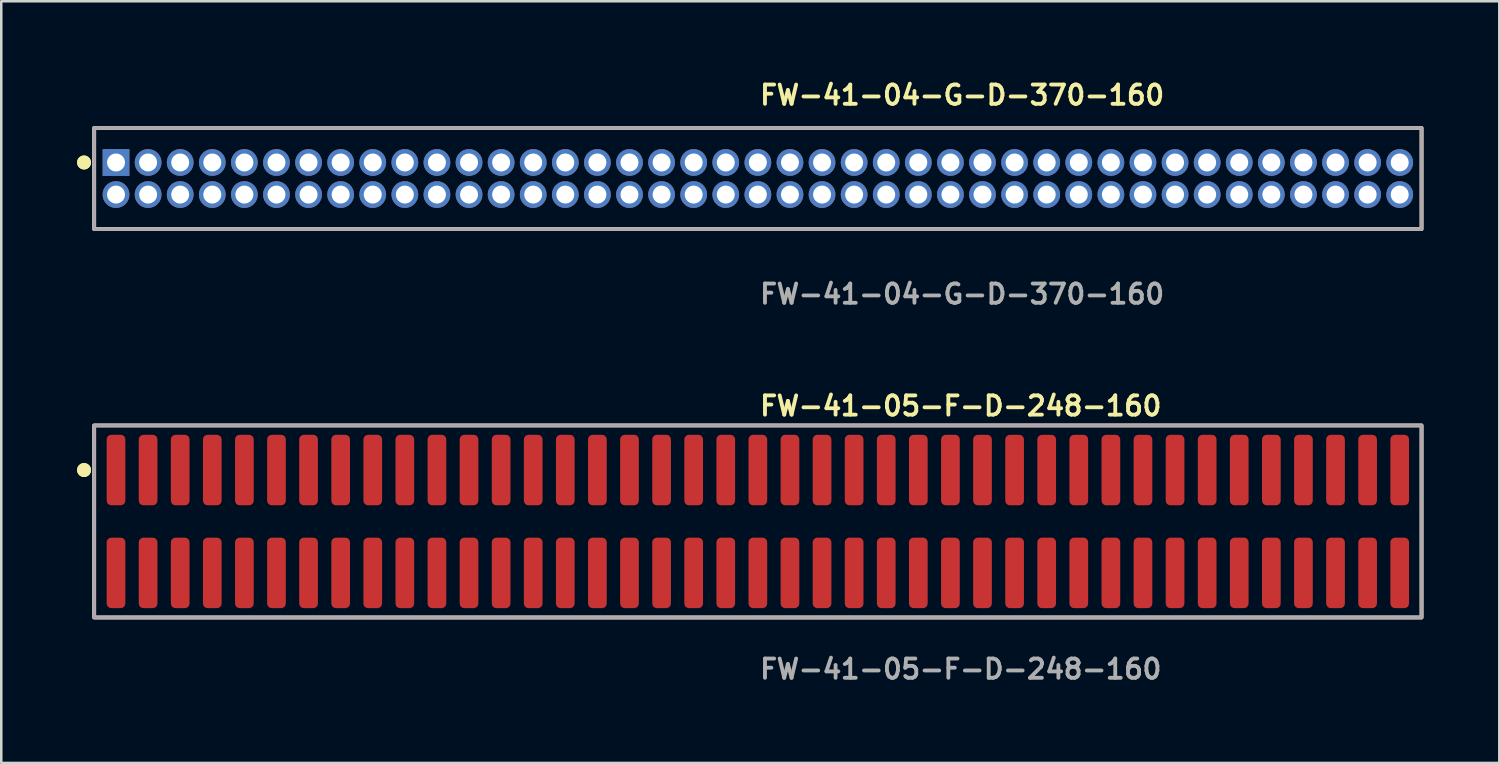
<source format=kicad_pcb>
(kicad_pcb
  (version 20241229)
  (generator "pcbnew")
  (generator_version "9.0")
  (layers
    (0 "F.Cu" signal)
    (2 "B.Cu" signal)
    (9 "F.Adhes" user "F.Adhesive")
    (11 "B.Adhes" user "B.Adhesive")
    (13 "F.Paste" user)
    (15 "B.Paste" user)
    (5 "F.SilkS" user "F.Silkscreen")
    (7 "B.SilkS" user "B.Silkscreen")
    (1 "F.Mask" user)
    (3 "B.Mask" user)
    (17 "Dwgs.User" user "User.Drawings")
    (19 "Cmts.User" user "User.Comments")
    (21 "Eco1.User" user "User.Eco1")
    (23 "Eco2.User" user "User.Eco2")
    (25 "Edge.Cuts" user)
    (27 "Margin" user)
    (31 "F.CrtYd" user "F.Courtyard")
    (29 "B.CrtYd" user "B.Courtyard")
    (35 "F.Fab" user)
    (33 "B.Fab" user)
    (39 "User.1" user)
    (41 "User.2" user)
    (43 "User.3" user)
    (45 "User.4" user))
  (footprint "FW-41-05-F-D-248-160"
    (layer "F.Cu")
    (at 26.941 17.586)
    (property "Reference" "FW-41-05-F-D-248-160" (at 0 -4.572 0) (unlocked yes) (layer "F.SilkS") (effects (font (size 0.762 0.762) (thickness 0.152)) (justify left)))
    (fp_rect (start -26.265 3.8) (end 26.265 -3.8) (stroke (width 0.152) (type solid)) (fill no) (layer "F.SilkS"))
    (fp_circle (center -26.665 -2.035) (end -26.865 -2.035) (stroke (width 0.152) (type solid)) (fill yes) (layer "F.SilkS"))
    (fp_circle (center -26.665 -2.035) (end -26.865 -2.035) (stroke (width 0.152) (type solid)) (fill yes) (layer "F.SilkS"))
    (fp_rect (start -26.265 3.8) (end 26.265 -3.8) (stroke (width 0.006) (type solid)) (fill no) (layer "F.CrtYd"))
    (fp_rect (start -26.265 3.8) (end 26.265 -3.8) (stroke (width 0.152) (type solid)) (fill no) (layer "F.Fab"))
    (fp_text user "${REFERENCE}" (at 0 5.842 0) (unlocked yes) (layer "F.Fab") (effects (font (size 0.762 0.762) (thickness 0.152)) (justify left)))
    (pad "1" smd roundrect (at -25.4 -2.035) (size 0.74 2.79) (layers "F.Cu" "F.Paste") (roundrect_rratio 0.25))
    (pad "2" smd roundrect (at -25.4 2.035) (size 0.74 2.79) (layers "F.Cu" "F.Paste") (roundrect_rratio 0.25))
    (pad "3" smd roundrect (at -24.13 -2.035) (size 0.74 2.79) (layers "F.Cu" "F.Paste") (roundrect_rratio 0.25))
    (pad "4" smd roundrect (at -24.13 2.035) (size 0.74 2.79) (layers "F.Cu" "F.Paste") (roundrect_rratio 0.25))
    (pad "5" smd roundrect (at -22.86 -2.035) (size 0.74 2.79) (layers "F.Cu" "F.Paste") (roundrect_rratio 0.25))
    (pad "6" smd roundrect (at -22.86 2.035) (size 0.74 2.79) (layers "F.Cu" "F.Paste") (roundrect_rratio 0.25))
    (pad "7" smd roundrect (at -21.59 -2.035) (size 0.74 2.79) (layers "F.Cu" "F.Paste") (roundrect_rratio 0.25))
    (pad "8" smd roundrect (at -21.59 2.035) (size 0.74 2.79) (layers "F.Cu" "F.Paste") (roundrect_rratio 0.25))
    (pad "9" smd roundrect (at -20.32 -2.035) (size 0.74 2.79) (layers "F.Cu" "F.Paste") (roundrect_rratio 0.25))
    (pad "10" smd roundrect (at -20.32 2.035) (size 0.74 2.79) (layers "F.Cu" "F.Paste") (roundrect_rratio 0.25))
    (pad "11" smd roundrect (at -19.05 -2.035) (size 0.74 2.79) (layers "F.Cu" "F.Paste") (roundrect_rratio 0.25))
    (pad "12" smd roundrect (at -19.05 2.035) (size 0.74 2.79) (layers "F.Cu" "F.Paste") (roundrect_rratio 0.25))
    (pad "13" smd roundrect (at -17.78 -2.035) (size 0.74 2.79) (layers "F.Cu" "F.Paste") (roundrect_rratio 0.25))
    (pad "14" smd roundrect (at -17.78 2.035) (size 0.74 2.79) (layers "F.Cu" "F.Paste") (roundrect_rratio 0.25))
    (pad "15" smd roundrect (at -16.51 -2.035) (size 0.74 2.79) (layers "F.Cu" "F.Paste") (roundrect_rratio 0.25))
    (pad "16" smd roundrect (at -16.51 2.035) (size 0.74 2.79) (layers "F.Cu" "F.Paste") (roundrect_rratio 0.25))
    (pad "17" smd roundrect (at -15.24 -2.035) (size 0.74 2.79) (layers "F.Cu" "F.Paste") (roundrect_rratio 0.25))
    (pad "18" smd roundrect (at -15.24 2.035) (size 0.74 2.79) (layers "F.Cu" "F.Paste") (roundrect_rratio 0.25))
    (pad "19" smd roundrect (at -13.97 -2.035) (size 0.74 2.79) (layers "F.Cu" "F.Paste") (roundrect_rratio 0.25))
    (pad "20" smd roundrect (at -13.97 2.035) (size 0.74 2.79) (layers "F.Cu" "F.Paste") (roundrect_rratio 0.25))
    (pad "21" smd roundrect (at -12.7 -2.035) (size 0.74 2.79) (layers "F.Cu" "F.Paste") (roundrect_rratio 0.25))
    (pad "22" smd roundrect (at -12.7 2.035) (size 0.74 2.79) (layers "F.Cu" "F.Paste") (roundrect_rratio 0.25))
    (pad "23" smd roundrect (at -11.43 -2.035) (size 0.74 2.79) (layers "F.Cu" "F.Paste") (roundrect_rratio 0.25))
    (pad "24" smd roundrect (at -11.43 2.035) (size 0.74 2.79) (layers "F.Cu" "F.Paste") (roundrect_rratio 0.25))
    (pad "25" smd roundrect (at -10.16 -2.035) (size 0.74 2.79) (layers "F.Cu" "F.Paste") (roundrect_rratio 0.25))
    (pad "26" smd roundrect (at -10.16 2.035) (size 0.74 2.79) (layers "F.Cu" "F.Paste") (roundrect_rratio 0.25))
    (pad "27" smd roundrect (at -8.89 -2.035) (size 0.74 2.79) (layers "F.Cu" "F.Paste") (roundrect_rratio 0.25))
    (pad "28" smd roundrect (at -8.89 2.035) (size 0.74 2.79) (layers "F.Cu" "F.Paste") (roundrect_rratio 0.25))
    (pad "29" smd roundrect (at -7.62 -2.035) (size 0.74 2.79) (layers "F.Cu" "F.Paste") (roundrect_rratio 0.25))
    (pad "30" smd roundrect (at -7.62 2.035) (size 0.74 2.79) (layers "F.Cu" "F.Paste") (roundrect_rratio 0.25))
    (pad "31" smd roundrect (at -6.35 -2.035) (size 0.74 2.79) (layers "F.Cu" "F.Paste") (roundrect_rratio 0.25))
    (pad "32" smd roundrect (at -6.35 2.035) (size 0.74 2.79) (layers "F.Cu" "F.Paste") (roundrect_rratio 0.25))
    (pad "33" smd roundrect (at -5.08 -2.035) (size 0.74 2.79) (layers "F.Cu" "F.Paste") (roundrect_rratio 0.25))
    (pad "34" smd roundrect (at -5.08 2.035) (size 0.74 2.79) (layers "F.Cu" "F.Paste") (roundrect_rratio 0.25))
    (pad "35" smd roundrect (at -3.81 -2.035) (size 0.74 2.79) (layers "F.Cu" "F.Paste") (roundrect_rratio 0.25))
    (pad "36" smd roundrect (at -3.81 2.035) (size 0.74 2.79) (layers "F.Cu" "F.Paste") (roundrect_rratio 0.25))
    (pad "37" smd roundrect (at -2.54 -2.035) (size 0.74 2.79) (layers "F.Cu" "F.Paste") (roundrect_rratio 0.25))
    (pad "38" smd roundrect (at -2.54 2.035) (size 0.74 2.79) (layers "F.Cu" "F.Paste") (roundrect_rratio 0.25))
    (pad "39" smd roundrect (at -1.27 -2.035) (size 0.74 2.79) (layers "F.Cu" "F.Paste") (roundrect_rratio 0.25))
    (pad "40" smd roundrect (at -1.27 2.035) (size 0.74 2.79) (layers "F.Cu" "F.Paste") (roundrect_rratio 0.25))
    (pad "41" smd roundrect (at 0 -2.035) (size 0.74 2.79) (layers "F.Cu" "F.Paste") (roundrect_rratio 0.25))
    (pad "42" smd roundrect (at 0 2.035) (size 0.74 2.79) (layers "F.Cu" "F.Paste") (roundrect_rratio 0.25))
    (pad "43" smd roundrect (at 1.27 -2.035) (size 0.74 2.79) (layers "F.Cu" "F.Paste") (roundrect_rratio 0.25))
    (pad "44" smd roundrect (at 1.27 2.035) (size 0.74 2.79) (layers "F.Cu" "F.Paste") (roundrect_rratio 0.25))
    (pad "45" smd roundrect (at 2.54 -2.035) (size 0.74 2.79) (layers "F.Cu" "F.Paste") (roundrect_rratio 0.25))
    (pad "46" smd roundrect (at 2.54 2.035) (size 0.74 2.79) (layers "F.Cu" "F.Paste") (roundrect_rratio 0.25))
    (pad "47" smd roundrect (at 3.81 -2.035) (size 0.74 2.79) (layers "F.Cu" "F.Paste") (roundrect_rratio 0.25))
    (pad "48" smd roundrect (at 3.81 2.035) (size 0.74 2.79) (layers "F.Cu" "F.Paste") (roundrect_rratio 0.25))
    (pad "49" smd roundrect (at 5.08 -2.035) (size 0.74 2.79) (layers "F.Cu" "F.Paste") (roundrect_rratio 0.25))
    (pad "50" smd roundrect (at 5.08 2.035) (size 0.74 2.79) (layers "F.Cu" "F.Paste") (roundrect_rratio 0.25))
    (pad "51" smd roundrect (at 6.35 -2.035) (size 0.74 2.79) (layers "F.Cu" "F.Paste") (roundrect_rratio 0.25))
    (pad "52" smd roundrect (at 6.35 2.035) (size 0.74 2.79) (layers "F.Cu" "F.Paste") (roundrect_rratio 0.25))
    (pad "53" smd roundrect (at 7.62 -2.035) (size 0.74 2.79) (layers "F.Cu" "F.Paste") (roundrect_rratio 0.25))
    (pad "54" smd roundrect (at 7.62 2.035) (size 0.74 2.79) (layers "F.Cu" "F.Paste") (roundrect_rratio 0.25))
    (pad "55" smd roundrect (at 8.89 -2.035) (size 0.74 2.79) (layers "F.Cu" "F.Paste") (roundrect_rratio 0.25))
    (pad "56" smd roundrect (at 8.89 2.035) (size 0.74 2.79) (layers "F.Cu" "F.Paste") (roundrect_rratio 0.25))
    (pad "57" smd roundrect (at 10.16 -2.035) (size 0.74 2.79) (layers "F.Cu" "F.Paste") (roundrect_rratio 0.25))
    (pad "58" smd roundrect (at 10.16 2.035) (size 0.74 2.79) (layers "F.Cu" "F.Paste") (roundrect_rratio 0.25))
    (pad "59" smd roundrect (at 11.43 -2.035) (size 0.74 2.79) (layers "F.Cu" "F.Paste") (roundrect_rratio 0.25))
    (pad "60" smd roundrect (at 11.43 2.035) (size 0.74 2.79) (layers "F.Cu" "F.Paste") (roundrect_rratio 0.25))
    (pad "61" smd roundrect (at 12.7 -2.035) (size 0.74 2.79) (layers "F.Cu" "F.Paste") (roundrect_rratio 0.25))
    (pad "62" smd roundrect (at 12.7 2.035) (size 0.74 2.79) (layers "F.Cu" "F.Paste") (roundrect_rratio 0.25))
    (pad "63" smd roundrect (at 13.97 -2.035) (size 0.74 2.79) (layers "F.Cu" "F.Paste") (roundrect_rratio 0.25))
    (pad "64" smd roundrect (at 13.97 2.035) (size 0.74 2.79) (layers "F.Cu" "F.Paste") (roundrect_rratio 0.25))
    (pad "65" smd roundrect (at 15.24 -2.035) (size 0.74 2.79) (layers "F.Cu" "F.Paste") (roundrect_rratio 0.25))
    (pad "66" smd roundrect (at 15.24 2.035) (size 0.74 2.79) (layers "F.Cu" "F.Paste") (roundrect_rratio 0.25))
    (pad "67" smd roundrect (at 16.51 -2.035) (size 0.74 2.79) (layers "F.Cu" "F.Paste") (roundrect_rratio 0.25))
    (pad "68" smd roundrect (at 16.51 2.035) (size 0.74 2.79) (layers "F.Cu" "F.Paste") (roundrect_rratio 0.25))
    (pad "69" smd roundrect (at 17.78 -2.035) (size 0.74 2.79) (layers "F.Cu" "F.Paste") (roundrect_rratio 0.25))
    (pad "70" smd roundrect (at 17.78 2.035) (size 0.74 2.79) (layers "F.Cu" "F.Paste") (roundrect_rratio 0.25))
    (pad "71" smd roundrect (at 19.05 -2.035) (size 0.74 2.79) (layers "F.Cu" "F.Paste") (roundrect_rratio 0.25))
    (pad "72" smd roundrect (at 19.05 2.035) (size 0.74 2.79) (layers "F.Cu" "F.Paste") (roundrect_rratio 0.25))
    (pad "73" smd roundrect (at 20.32 -2.035) (size 0.74 2.79) (layers "F.Cu" "F.Paste") (roundrect_rratio 0.25))
    (pad "74" smd roundrect (at 20.32 2.035) (size 0.74 2.79) (layers "F.Cu" "F.Paste") (roundrect_rratio 0.25))
    (pad "75" smd roundrect (at 21.59 -2.035) (size 0.74 2.79) (layers "F.Cu" "F.Paste") (roundrect_rratio 0.25))
    (pad "76" smd roundrect (at 21.59 2.035) (size 0.74 2.79) (layers "F.Cu" "F.Paste") (roundrect_rratio 0.25))
    (pad "77" smd roundrect (at 22.86 -2.035) (size 0.74 2.79) (layers "F.Cu" "F.Paste") (roundrect_rratio 0.25))
    (pad "78" smd roundrect (at 22.86 2.035) (size 0.74 2.79) (layers "F.Cu" "F.Paste") (roundrect_rratio 0.25))
    (pad "79" smd roundrect (at 24.13 -2.035) (size 0.74 2.79) (layers "F.Cu" "F.Paste") (roundrect_rratio 0.25))
    (pad "80" smd roundrect (at 24.13 2.035) (size 0.74 2.79) (layers "F.Cu" "F.Paste") (roundrect_rratio 0.25))
    (pad "81" smd roundrect (at 25.4 -2.035) (size 0.74 2.79) (layers "F.Cu" "F.Paste") (roundrect_rratio 0.25))
    (pad "82" smd roundrect (at 25.4 2.035) (size 0.74 2.79) (layers "F.Cu" "F.Paste") (roundrect_rratio 0.25)))
  (footprint "FW-41-04-G-D-370-160"
    (layer "F.Cu")
    (at 26.941 4.015)
    (property "Reference" "FW-41-04-G-D-370-160" (at 0 -3.302 0) (unlocked yes) (layer "F.SilkS") (effects (font (size 0.762 0.762) (thickness 0.152)) (justify left)))
    (fp_rect (start -26.265 2) (end 26.265 -2) (stroke (width 0.152) (type solid)) (fill no) (layer "F.SilkS"))
    (fp_circle (center -26.665 -0.635) (end -26.865 -0.635) (stroke (width 0.152) (type solid)) (fill yes) (layer "F.SilkS"))
    (fp_circle (center -26.665 -0.635) (end -26.865 -0.635) (stroke (width 0.152) (type solid)) (fill yes) (layer "F.SilkS"))
    (fp_rect (start -26.265 2) (end 26.265 -2) (stroke (width 0.006) (type solid)) (fill no) (layer "F.CrtYd"))
    (fp_rect (start -26.265 2) (end 26.265 -2) (stroke (width 0.152) (type solid)) (fill no) (layer "F.Fab"))
    (fp_text user "${REFERENCE}" (at 0 4.572 0) (unlocked yes) (layer "F.Fab") (effects (font (size 0.762 0.762) (thickness 0.152)) (justify left)))
    (pad "1" thru_hole rect (at -25.4 -0.635) (size 1.06 1.06) (drill 0.71) (layers "*.Cu" "*.Mask"))
    (pad "2" thru_hole circle (at -25.4 0.635) (size 1.06 1.06) (drill 0.71) (layers "*.Cu" "*.Mask"))
    (pad "3" thru_hole circle (at -24.13 -0.635) (size 1.06 1.06) (drill 0.71) (layers "*.Cu" "*.Mask"))
    (pad "4" thru_hole circle (at -24.13 0.635) (size 1.06 1.06) (drill 0.71) (layers "*.Cu" "*.Mask"))
    (pad "5" thru_hole circle (at -22.86 -0.635) (size 1.06 1.06) (drill 0.71) (layers "*.Cu" "*.Mask"))
    (pad "6" thru_hole circle (at -22.86 0.635) (size 1.06 1.06) (drill 0.71) (layers "*.Cu" "*.Mask"))
    (pad "7" thru_hole circle (at -21.59 -0.635) (size 1.06 1.06) (drill 0.71) (layers "*.Cu" "*.Mask"))
    (pad "8" thru_hole circle (at -21.59 0.635) (size 1.06 1.06) (drill 0.71) (layers "*.Cu" "*.Mask"))
    (pad "9" thru_hole circle (at -20.32 -0.635) (size 1.06 1.06) (drill 0.71) (layers "*.Cu" "*.Mask"))
    (pad "10" thru_hole circle (at -20.32 0.635) (size 1.06 1.06) (drill 0.71) (layers "*.Cu" "*.Mask"))
    (pad "11" thru_hole circle (at -19.05 -0.635) (size 1.06 1.06) (drill 0.71) (layers "*.Cu" "*.Mask"))
    (pad "12" thru_hole circle (at -19.05 0.635) (size 1.06 1.06) (drill 0.71) (layers "*.Cu" "*.Mask"))
    (pad "13" thru_hole circle (at -17.78 -0.635) (size 1.06 1.06) (drill 0.71) (layers "*.Cu" "*.Mask"))
    (pad "14" thru_hole circle (at -17.78 0.635) (size 1.06 1.06) (drill 0.71) (layers "*.Cu" "*.Mask"))
    (pad "15" thru_hole circle (at -16.51 -0.635) (size 1.06 1.06) (drill 0.71) (layers "*.Cu" "*.Mask"))
    (pad "16" thru_hole circle (at -16.51 0.635) (size 1.06 1.06) (drill 0.71) (layers "*.Cu" "*.Mask"))
    (pad "17" thru_hole circle (at -15.24 -0.635) (size 1.06 1.06) (drill 0.71) (layers "*.Cu" "*.Mask"))
    (pad "18" thru_hole circle (at -15.24 0.635) (size 1.06 1.06) (drill 0.71) (layers "*.Cu" "*.Mask"))
    (pad "19" thru_hole circle (at -13.97 -0.635) (size 1.06 1.06) (drill 0.71) (layers "*.Cu" "*.Mask"))
    (pad "20" thru_hole circle (at -13.97 0.635) (size 1.06 1.06) (drill 0.71) (layers "*.Cu" "*.Mask"))
    (pad "21" thru_hole circle (at -12.7 -0.635) (size 1.06 1.06) (drill 0.71) (layers "*.Cu" "*.Mask"))
    (pad "22" thru_hole circle (at -12.7 0.635) (size 1.06 1.06) (drill 0.71) (layers "*.Cu" "*.Mask"))
    (pad "23" thru_hole circle (at -11.43 -0.635) (size 1.06 1.06) (drill 0.71) (layers "*.Cu" "*.Mask"))
    (pad "24" thru_hole circle (at -11.43 0.635) (size 1.06 1.06) (drill 0.71) (layers "*.Cu" "*.Mask"))
    (pad "25" thru_hole circle (at -10.16 -0.635) (size 1.06 1.06) (drill 0.71) (layers "*.Cu" "*.Mask"))
    (pad "26" thru_hole circle (at -10.16 0.635) (size 1.06 1.06) (drill 0.71) (layers "*.Cu" "*.Mask"))
    (pad "27" thru_hole circle (at -8.89 -0.635) (size 1.06 1.06) (drill 0.71) (layers "*.Cu" "*.Mask"))
    (pad "28" thru_hole circle (at -8.89 0.635) (size 1.06 1.06) (drill 0.71) (layers "*.Cu" "*.Mask"))
    (pad "29" thru_hole circle (at -7.62 -0.635) (size 1.06 1.06) (drill 0.71) (layers "*.Cu" "*.Mask"))
    (pad "30" thru_hole circle (at -7.62 0.635) (size 1.06 1.06) (drill 0.71) (layers "*.Cu" "*.Mask"))
    (pad "31" thru_hole circle (at -6.35 -0.635) (size 1.06 1.06) (drill 0.71) (layers "*.Cu" "*.Mask"))
    (pad "32" thru_hole circle (at -6.35 0.635) (size 1.06 1.06) (drill 0.71) (layers "*.Cu" "*.Mask"))
    (pad "33" thru_hole circle (at -5.08 -0.635) (size 1.06 1.06) (drill 0.71) (layers "*.Cu" "*.Mask"))
    (pad "34" thru_hole circle (at -5.08 0.635) (size 1.06 1.06) (drill 0.71) (layers "*.Cu" "*.Mask"))
    (pad "35" thru_hole circle (at -3.81 -0.635) (size 1.06 1.06) (drill 0.71) (layers "*.Cu" "*.Mask"))
    (pad "36" thru_hole circle (at -3.81 0.635) (size 1.06 1.06) (drill 0.71) (layers "*.Cu" "*.Mask"))
    (pad "37" thru_hole circle (at -2.54 -0.635) (size 1.06 1.06) (drill 0.71) (layers "*.Cu" "*.Mask"))
    (pad "38" thru_hole circle (at -2.54 0.635) (size 1.06 1.06) (drill 0.71) (layers "*.Cu" "*.Mask"))
    (pad "39" thru_hole circle (at -1.27 -0.635) (size 1.06 1.06) (drill 0.71) (layers "*.Cu" "*.Mask"))
    (pad "40" thru_hole circle (at -1.27 0.635) (size 1.06 1.06) (drill 0.71) (layers "*.Cu" "*.Mask"))
    (pad "41" thru_hole circle (at 0 -0.635) (size 1.06 1.06) (drill 0.71) (layers "*.Cu" "*.Mask"))
    (pad "42" thru_hole circle (at 0 0.635) (size 1.06 1.06) (drill 0.71) (layers "*.Cu" "*.Mask"))
    (pad "43" thru_hole circle (at 1.27 -0.635) (size 1.06 1.06) (drill 0.71) (layers "*.Cu" "*.Mask"))
    (pad "44" thru_hole circle (at 1.27 0.635) (size 1.06 1.06) (drill 0.71) (layers "*.Cu" "*.Mask"))
    (pad "45" thru_hole circle (at 2.54 -0.635) (size 1.06 1.06) (drill 0.71) (layers "*.Cu" "*.Mask"))
    (pad "46" thru_hole circle (at 2.54 0.635) (size 1.06 1.06) (drill 0.71) (layers "*.Cu" "*.Mask"))
    (pad "47" thru_hole circle (at 3.81 -0.635) (size 1.06 1.06) (drill 0.71) (layers "*.Cu" "*.Mask"))
    (pad "48" thru_hole circle (at 3.81 0.635) (size 1.06 1.06) (drill 0.71) (layers "*.Cu" "*.Mask"))
    (pad "49" thru_hole circle (at 5.08 -0.635) (size 1.06 1.06) (drill 0.71) (layers "*.Cu" "*.Mask"))
    (pad "50" thru_hole circle (at 5.08 0.635) (size 1.06 1.06) (drill 0.71) (layers "*.Cu" "*.Mask"))
    (pad "51" thru_hole circle (at 6.35 -0.635) (size 1.06 1.06) (drill 0.71) (layers "*.Cu" "*.Mask"))
    (pad "52" thru_hole circle (at 6.35 0.635) (size 1.06 1.06) (drill 0.71) (layers "*.Cu" "*.Mask"))
    (pad "53" thru_hole circle (at 7.62 -0.635) (size 1.06 1.06) (drill 0.71) (layers "*.Cu" "*.Mask"))
    (pad "54" thru_hole circle (at 7.62 0.635) (size 1.06 1.06) (drill 0.71) (layers "*.Cu" "*.Mask"))
    (pad "55" thru_hole circle (at 8.89 -0.635) (size 1.06 1.06) (drill 0.71) (layers "*.Cu" "*.Mask"))
    (pad "56" thru_hole circle (at 8.89 0.635) (size 1.06 1.06) (drill 0.71) (layers "*.Cu" "*.Mask"))
    (pad "57" thru_hole circle (at 10.16 -0.635) (size 1.06 1.06) (drill 0.71) (layers "*.Cu" "*.Mask"))
    (pad "58" thru_hole circle (at 10.16 0.635) (size 1.06 1.06) (drill 0.71) (layers "*.Cu" "*.Mask"))
    (pad "59" thru_hole circle (at 11.43 -0.635) (size 1.06 1.06) (drill 0.71) (layers "*.Cu" "*.Mask"))
    (pad "60" thru_hole circle (at 11.43 0.635) (size 1.06 1.06) (drill 0.71) (layers "*.Cu" "*.Mask"))
    (pad "61" thru_hole circle (at 12.7 -0.635) (size 1.06 1.06) (drill 0.71) (layers "*.Cu" "*.Mask"))
    (pad "62" thru_hole circle (at 12.7 0.635) (size 1.06 1.06) (drill 0.71) (layers "*.Cu" "*.Mask"))
    (pad "63" thru_hole circle (at 13.97 -0.635) (size 1.06 1.06) (drill 0.71) (layers "*.Cu" "*.Mask"))
    (pad "64" thru_hole circle (at 13.97 0.635) (size 1.06 1.06) (drill 0.71) (layers "*.Cu" "*.Mask"))
    (pad "65" thru_hole circle (at 15.24 -0.635) (size 1.06 1.06) (drill 0.71) (layers "*.Cu" "*.Mask"))
    (pad "66" thru_hole circle (at 15.24 0.635) (size 1.06 1.06) (drill 0.71) (layers "*.Cu" "*.Mask"))
    (pad "67" thru_hole circle (at 16.51 -0.635) (size 1.06 1.06) (drill 0.71) (layers "*.Cu" "*.Mask"))
    (pad "68" thru_hole circle (at 16.51 0.635) (size 1.06 1.06) (drill 0.71) (layers "*.Cu" "*.Mask"))
    (pad "69" thru_hole circle (at 17.78 -0.635) (size 1.06 1.06) (drill 0.71) (layers "*.Cu" "*.Mask"))
    (pad "70" thru_hole circle (at 17.78 0.635) (size 1.06 1.06) (drill 0.71) (layers "*.Cu" "*.Mask"))
    (pad "71" thru_hole circle (at 19.05 -0.635) (size 1.06 1.06) (drill 0.71) (layers "*.Cu" "*.Mask"))
    (pad "72" thru_hole circle (at 19.05 0.635) (size 1.06 1.06) (drill 0.71) (layers "*.Cu" "*.Mask"))
    (pad "73" thru_hole circle (at 20.32 -0.635) (size 1.06 1.06) (drill 0.71) (layers "*.Cu" "*.Mask"))
    (pad "74" thru_hole circle (at 20.32 0.635) (size 1.06 1.06) (drill 0.71) (layers "*.Cu" "*.Mask"))
    (pad "75" thru_hole circle (at 21.59 -0.635) (size 1.06 1.06) (drill 0.71) (layers "*.Cu" "*.Mask"))
    (pad "76" thru_hole circle (at 21.59 0.635) (size 1.06 1.06) (drill 0.71) (layers "*.Cu" "*.Mask"))
    (pad "77" thru_hole circle (at 22.86 -0.635) (size 1.06 1.06) (drill 0.71) (layers "*.Cu" "*.Mask"))
    (pad "78" thru_hole circle (at 22.86 0.635) (size 1.06 1.06) (drill 0.71) (layers "*.Cu" "*.Mask"))
    (pad "79" thru_hole circle (at 24.13 -0.635) (size 1.06 1.06) (drill 0.71) (layers "*.Cu" "*.Mask"))
    (pad "80" thru_hole circle (at 24.13 0.635) (size 1.06 1.06) (drill 0.71) (layers "*.Cu" "*.Mask"))
    (pad "81" thru_hole circle (at 25.4 -0.635) (size 1.06 1.06) (drill 0.71) (layers "*.Cu" "*.Mask"))
    (pad "82" thru_hole circle (at 25.4 0.635) (size 1.06 1.06) (drill 0.71) (layers "*.Cu" "*.Mask")))
  (gr_rect
    (start -3 -3)
    (end 56.282 27.141)
    (stroke (width 0.1) (type default))
    (fill no)
    (layer "Edge.Cuts")))
</source>
